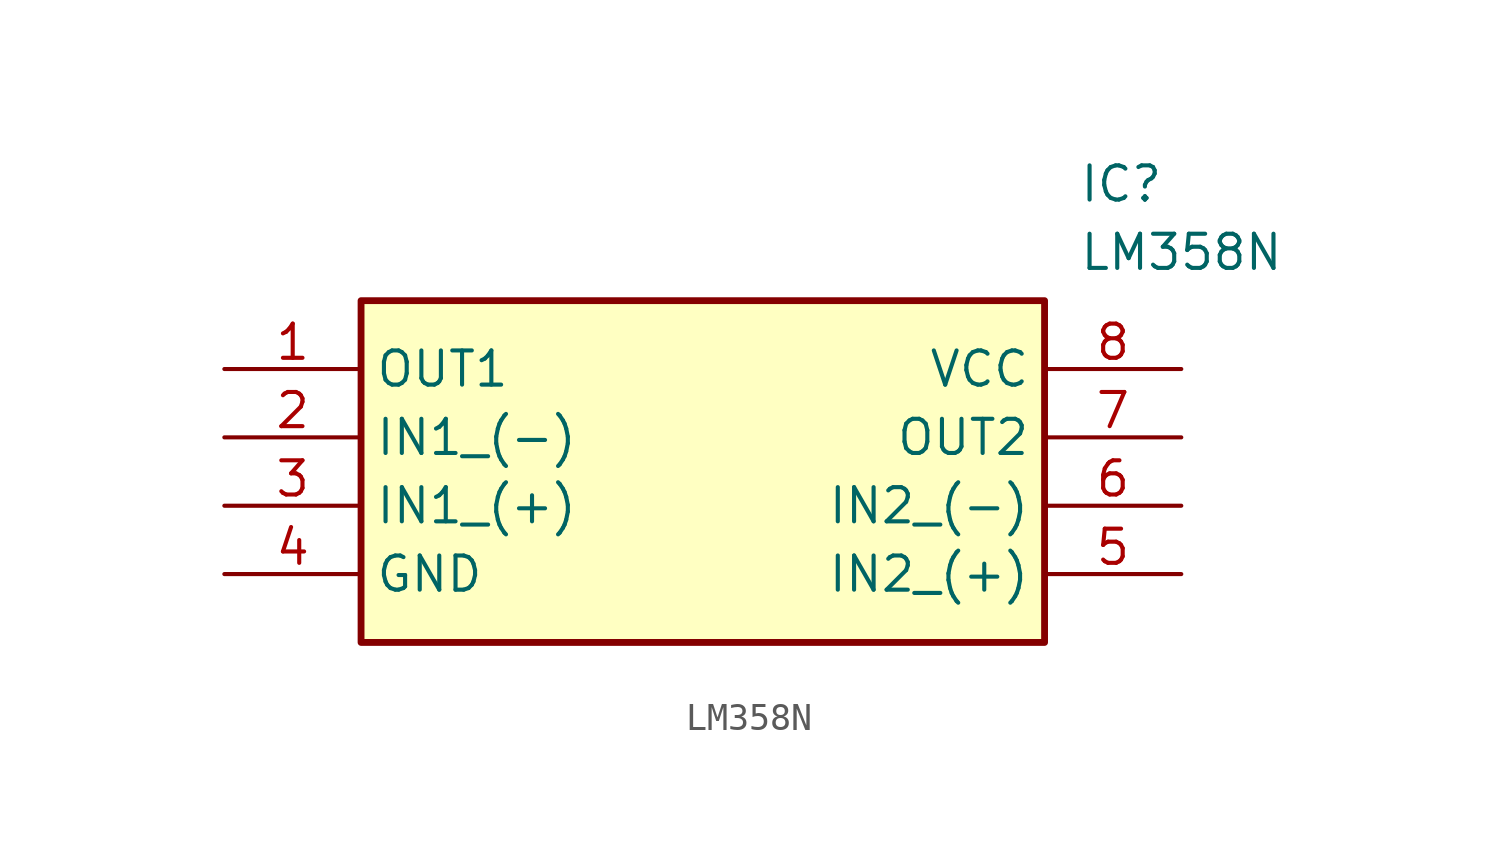
<source format=kicad_sym>
(kicad_symbol_lib
  (version 20220914)
  (generator kicad_symbol_editor)
  (symbol "LM358N"
    (property "Reference" "IC"
      (at 31.75 7.62 0)
      (effects (font (size 1.27 1.27)) (justify left top)))
    (property "Value" "LM358N"
      (at 31.75 5.08 0)
      (effects (font (size 1.27 1.27)) (justify left top)))
    (symbol "LM358N_1_1"
      (rectangle (start 5.08 2.54) (end 30.48 -10.16) (stroke (width 0.254) (type default)) (fill (type background)))
      (pin passive line (at 0 0 0) (length 5.08) (name "OUT1" (effects (font (size 1.27 1.27)))) (number "1" (effects (font (size 1.27 1.27)))))
      (pin passive line (at 0 -2.54 0) (length 5.08) (name "IN1_(-)" (effects (font (size 1.27 1.27)))) (number "2" (effects (font (size 1.27 1.27)))))
      (pin passive line (at 0 -5.08 0) (length 5.08) (name "IN1_(+)" (effects (font (size 1.27 1.27)))) (number "3" (effects (font (size 1.27 1.27)))))
      (pin passive line (at 0 -7.62 0) (length 5.08) (name "GND" (effects (font (size 1.27 1.27)))) (number "4" (effects (font (size 1.27 1.27)))))
      (pin passive line (at 35.56 -7.62 180) (length 5.08) (name "IN2_(+)" (effects (font (size 1.27 1.27)))) (number "5" (effects (font (size 1.27 1.27)))))
      (pin passive line (at 35.56 -5.08 180) (length 5.08) (name "IN2_(-)" (effects (font (size 1.27 1.27)))) (number "6" (effects (font (size 1.27 1.27)))))
      (pin passive line (at 35.56 -2.54 180) (length 5.08) (name "OUT2" (effects (font (size 1.27 1.27)))) (number "7" (effects (font (size 1.27 1.27)))))
      (pin passive line (at 35.56 0 180) (length 5.08) (name "VCC" (effects (font (size 1.27 1.27)))) (number "8" (effects (font (size 1.27 1.27))))))))
</source>
